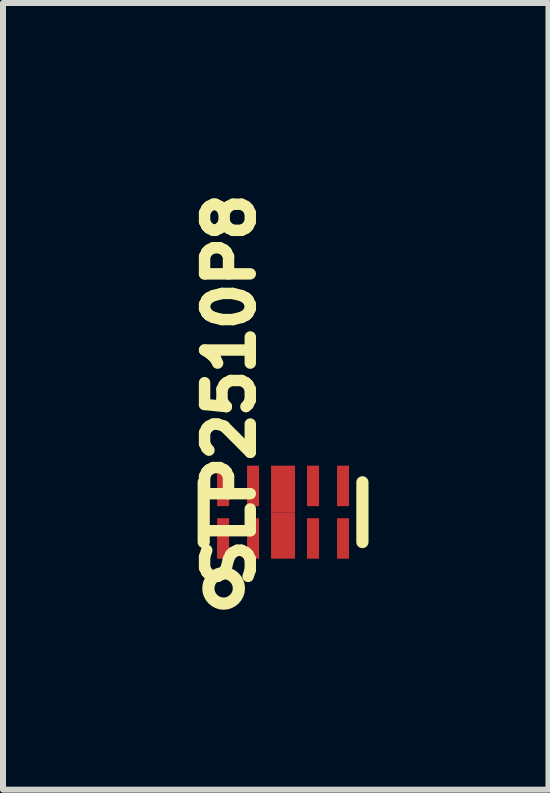
<source format=kicad_pcb>
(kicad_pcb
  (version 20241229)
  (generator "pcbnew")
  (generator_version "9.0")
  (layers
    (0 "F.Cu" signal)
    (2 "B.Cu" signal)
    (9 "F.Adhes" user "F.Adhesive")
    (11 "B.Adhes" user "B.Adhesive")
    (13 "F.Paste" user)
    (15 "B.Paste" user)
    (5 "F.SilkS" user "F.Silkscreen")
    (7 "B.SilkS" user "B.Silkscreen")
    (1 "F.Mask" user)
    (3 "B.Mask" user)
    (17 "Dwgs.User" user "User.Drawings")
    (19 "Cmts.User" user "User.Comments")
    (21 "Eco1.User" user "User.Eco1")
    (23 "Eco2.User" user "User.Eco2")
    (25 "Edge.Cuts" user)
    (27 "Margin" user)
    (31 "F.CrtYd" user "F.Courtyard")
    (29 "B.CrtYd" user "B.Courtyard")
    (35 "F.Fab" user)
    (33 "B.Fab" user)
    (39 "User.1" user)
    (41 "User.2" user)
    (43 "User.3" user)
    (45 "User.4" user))
  (footprint "SLP2510P8"
    (layer "F.Cu")
    (at 1.669 5.489)
    (property "Reference" "SLP2510P8" (at -0.889 -2.032 90) (layer "F.SilkS") (effects (font (size 0.762 0.762) (thickness 0.191))))
    (attr smd)
    (fp_line (start -1.323 0.498) (end -1.323 -0.498) (stroke (width 0.203) (type solid)) (layer "F.SilkS"))
    (fp_line (start 1.323 0.498) (end 1.323 -0.498) (stroke (width 0.203) (type solid)) (layer "F.SilkS"))
    (fp_circle (center -0.991 1.27) (end -0.737 1.27) (stroke (width 0.203) (type solid)) (fill no) (layer "F.SilkS"))
    (pad "1" smd rect (at -1 0.438) (size 0.2 0.675) (layers "F.Cu" "F.Mask" "F.Paste"))
    (pad "2" smd rect (at -0.5 0.438) (size 0.2 0.675) (layers "F.Cu" "F.Mask" "F.Paste"))
    (pad "3" smd rect (at 0 0.388) (size 0.4 0.775) (layers "F.Cu" "F.Mask" "F.Paste"))
    (pad "4" smd rect (at 0.5 0.438) (size 0.2 0.675) (layers "F.Cu" "F.Mask" "F.Paste"))
    (pad "5" smd rect (at 1 0.438) (size 0.2 0.675) (layers "F.Cu" "F.Mask" "F.Paste"))
    (pad "6" smd rect (at 1 -0.438) (size 0.2 0.675) (layers "F.Cu" "F.Mask" "F.Paste"))
    (pad "7" smd rect (at 0.5 -0.438) (size 0.2 0.675) (layers "F.Cu" "F.Mask" "F.Paste"))
    (pad "8" smd rect (at 0 -0.388) (size 0.4 0.775) (layers "F.Cu" "F.Mask" "F.Paste"))
    (pad "9" smd rect (at -0.5 -0.438) (size 0.2 0.675) (layers "F.Cu" "F.Mask" "F.Paste"))
    (pad "10" smd rect (at -1 -0.438) (size 0.2 0.675) (layers "F.Cu" "F.Mask" "F.Paste")))
  (gr_rect
    (start -3 -3)
    (end 6.094 10.115)
    (stroke (width 0.1) (type default))
    (fill no)
    (layer "Edge.Cuts")))
</source>
